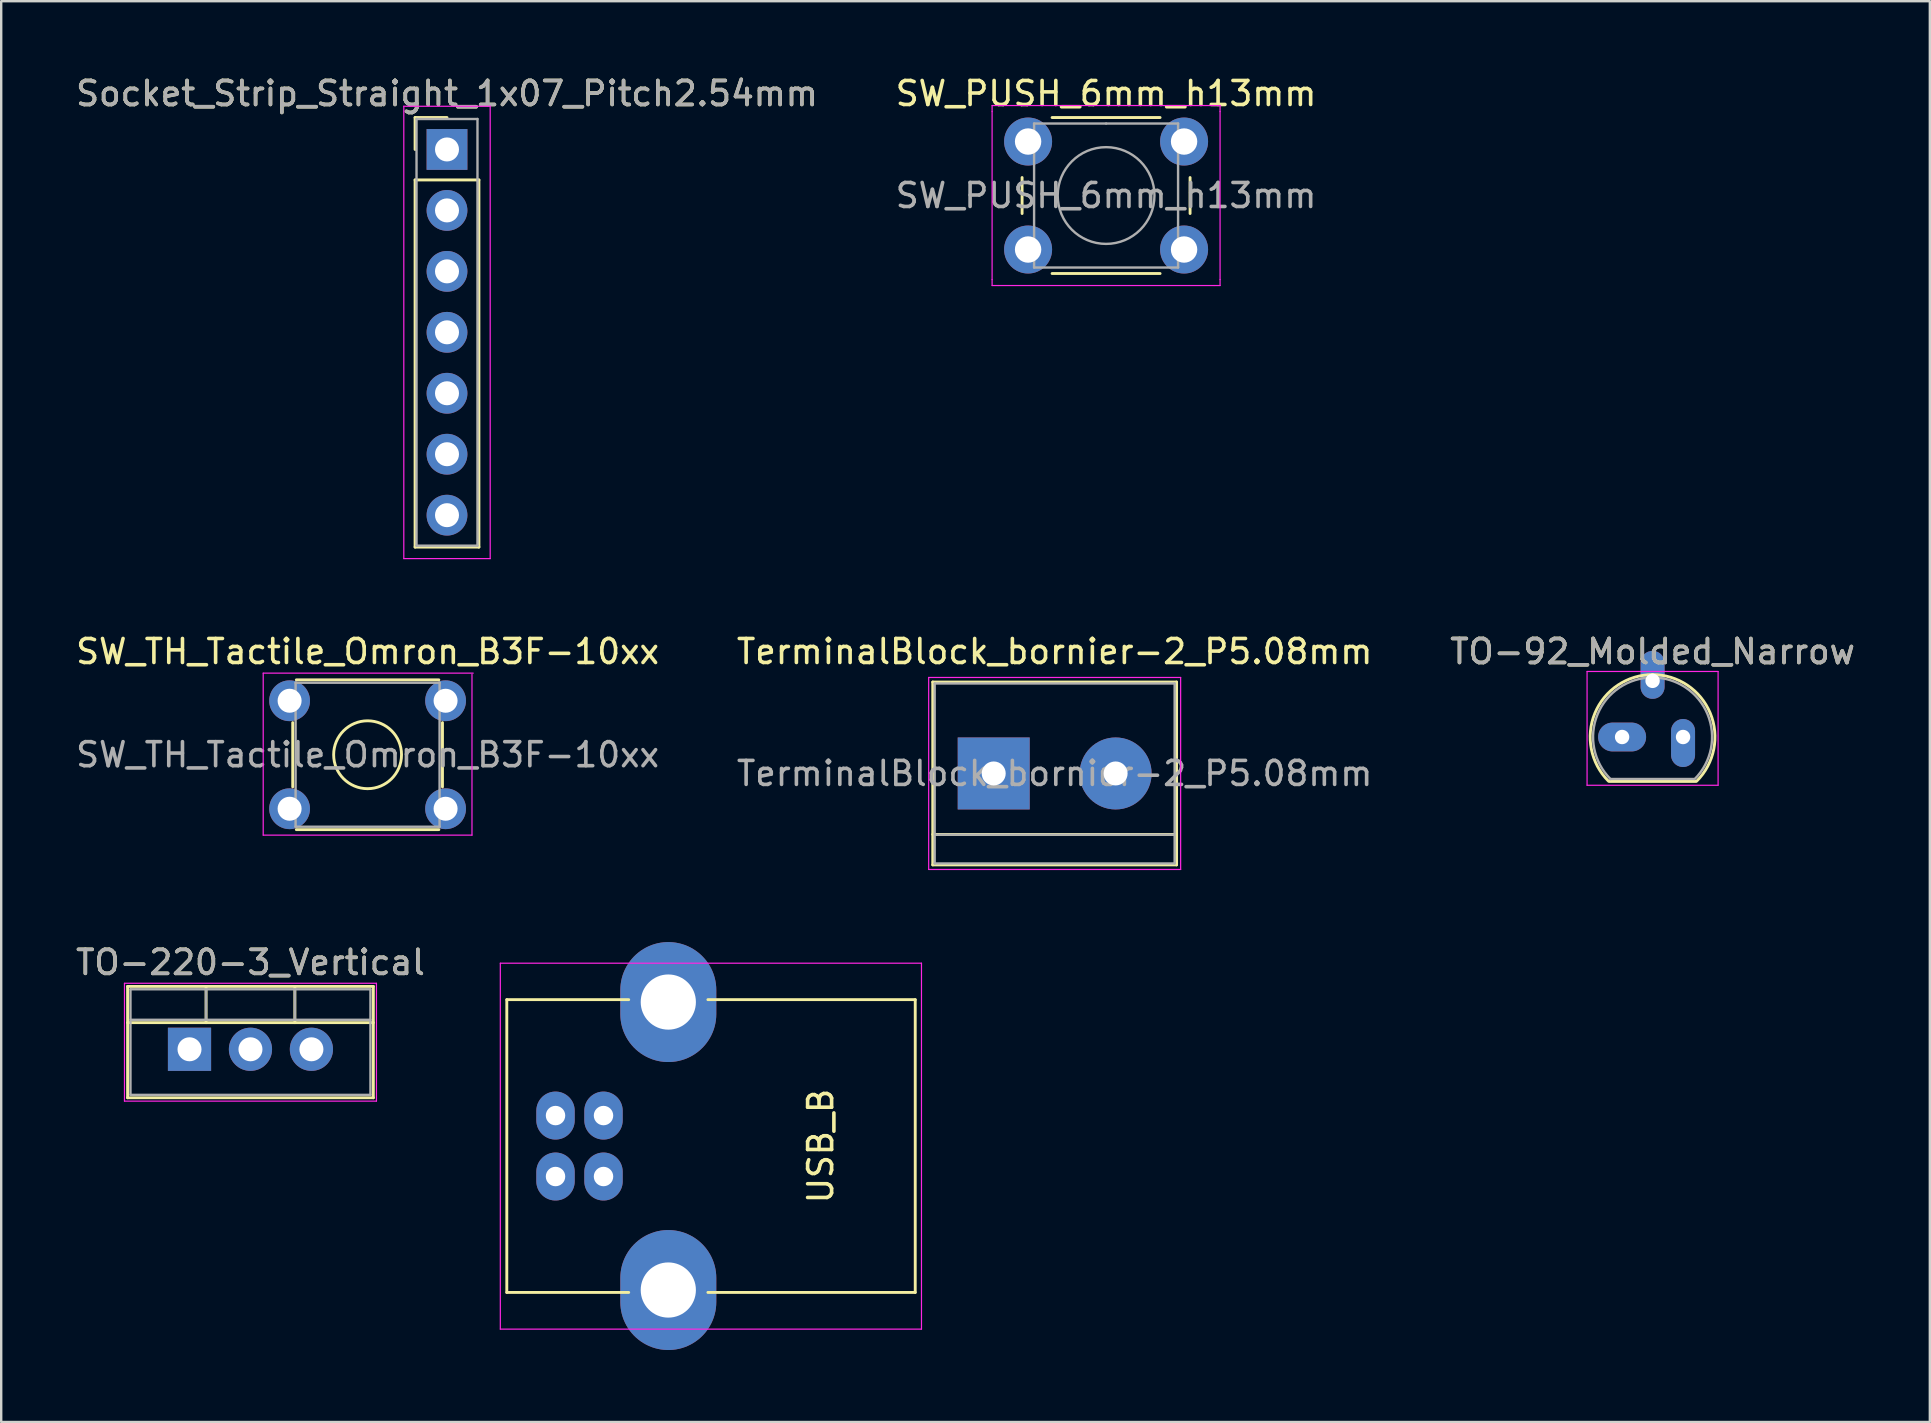
<source format=kicad_pcb>
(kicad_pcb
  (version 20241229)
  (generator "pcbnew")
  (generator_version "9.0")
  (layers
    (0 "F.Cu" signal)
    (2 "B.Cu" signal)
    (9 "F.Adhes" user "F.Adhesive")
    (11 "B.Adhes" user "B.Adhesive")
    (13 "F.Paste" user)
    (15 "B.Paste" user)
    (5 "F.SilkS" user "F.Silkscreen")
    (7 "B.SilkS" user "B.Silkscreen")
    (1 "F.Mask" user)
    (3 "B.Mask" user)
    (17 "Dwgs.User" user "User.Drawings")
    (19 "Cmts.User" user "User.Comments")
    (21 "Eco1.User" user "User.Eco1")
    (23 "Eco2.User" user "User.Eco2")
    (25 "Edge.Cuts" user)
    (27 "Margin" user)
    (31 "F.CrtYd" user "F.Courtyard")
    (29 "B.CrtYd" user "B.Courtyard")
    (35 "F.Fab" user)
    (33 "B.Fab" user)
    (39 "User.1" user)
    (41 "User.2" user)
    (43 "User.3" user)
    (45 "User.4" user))
  (footprint "TerminalBlock_bornier-2_P5.08mm"
    (layer "F.Cu")
    (at 38.359 29.181)
    (property "Reference" "TerminalBlock_bornier-2_P5.08mm" (at 2.54 -5.08 0) (layer "F.SilkS") (effects (font (size 1 1) (thickness 0.15))))
    (attr through_hole)
    (fp_line (start -2.54 -3.81) (end -2.54 3.81) (stroke (width 0.12) (type solid)) (layer "F.SilkS"))
    (fp_line (start -2.54 3.81) (end 7.62 3.81) (stroke (width 0.12) (type solid)) (layer "F.SilkS"))
    (fp_line (start 7.62 -3.81) (end -2.54 -3.81) (stroke (width 0.12) (type solid)) (layer "F.SilkS"))
    (fp_line (start 7.62 2.54) (end -2.54 2.54) (stroke (width 0.12) (type solid)) (layer "F.SilkS"))
    (fp_line (start 7.62 3.81) (end 7.62 -3.81) (stroke (width 0.12) (type solid)) (layer "F.SilkS"))
    (fp_line (start -2.71 -4) (end -2.71 4) (stroke (width 0.05) (type solid)) (layer "F.CrtYd"))
    (fp_line (start -2.71 -4) (end 7.79 -4) (stroke (width 0.05) (type solid)) (layer "F.CrtYd"))
    (fp_line (start 7.79 4) (end -2.71 4) (stroke (width 0.05) (type solid)) (layer "F.CrtYd"))
    (fp_line (start 7.79 4) (end 7.79 -4) (stroke (width 0.05) (type solid)) (layer "F.CrtYd"))
    (fp_line (start -2.46 -3.75) (end -2.46 3.75) (stroke (width 0.1) (type solid)) (layer "F.Fab"))
    (fp_line (start -2.46 3.75) (end 7.54 3.75) (stroke (width 0.1) (type solid)) (layer "F.Fab"))
    (fp_line (start -2.41 2.55) (end 7.49 2.55) (stroke (width 0.1) (type solid)) (layer "F.Fab"))
    (fp_line (start 7.54 -3.75) (end -2.46 -3.75) (stroke (width 0.1) (type solid)) (layer "F.Fab"))
    (fp_line (start 7.54 3.75) (end 7.54 -3.75) (stroke (width 0.1) (type solid)) (layer "F.Fab"))
    (fp_text user "${REFERENCE}" (at 2.54 0 0) (layer "F.Fab") (effects (font (size 1 1) (thickness 0.15))))
    (pad "1" thru_hole rect (at 0 0) (size 3 3) (drill 1) (layers "*.Cu" "*.Mask"))
    (pad "2" thru_hole circle (at 5.08 0) (size 3 3) (drill 1) (layers "*.Cu" "*.Mask")))
  (footprint "SW_PUSH_6mm_h13mm"
    (layer "F.Cu")
    (at 39.792 2.848)
    (property "Reference" "SW_PUSH_6mm_h13mm" (at 3.25 -2 0) (layer "F.SilkS") (effects (font (size 1 1) (thickness 0.15))))
    (attr through_hole)
    (fp_line (start -0.25 1.5) (end -0.25 3) (stroke (width 0.12) (type solid)) (layer "F.SilkS"))
    (fp_line (start 1 5.5) (end 5.5 5.5) (stroke (width 0.12) (type solid)) (layer "F.SilkS"))
    (fp_line (start 5.5 -1) (end 1 -1) (stroke (width 0.12) (type solid)) (layer "F.SilkS"))
    (fp_line (start 6.75 3) (end 6.75 1.5) (stroke (width 0.12) (type solid)) (layer "F.SilkS"))
    (fp_line (start -1.5 -1.5) (end -1.25 -1.5) (stroke (width 0.05) (type solid)) (layer "F.CrtYd"))
    (fp_line (start -1.5 -1.25) (end -1.5 -1.5) (stroke (width 0.05) (type solid)) (layer "F.CrtYd"))
    (fp_line (start -1.5 5.75) (end -1.5 -1.25) (stroke (width 0.05) (type solid)) (layer "F.CrtYd"))
    (fp_line (start -1.5 5.75) (end -1.5 6) (stroke (width 0.05) (type solid)) (layer "F.CrtYd"))
    (fp_line (start -1.5 6) (end -1.25 6) (stroke (width 0.05) (type solid)) (layer "F.CrtYd"))
    (fp_line (start -1.25 -1.5) (end 7.75 -1.5) (stroke (width 0.05) (type solid)) (layer "F.CrtYd"))
    (fp_line (start 7.75 -1.5) (end 8 -1.5) (stroke (width 0.05) (type solid)) (layer "F.CrtYd"))
    (fp_line (start 7.75 6) (end -1.25 6) (stroke (width 0.05) (type solid)) (layer "F.CrtYd"))
    (fp_line (start 7.75 6) (end 8 6) (stroke (width 0.05) (type solid)) (layer "F.CrtYd"))
    (fp_line (start 8 -1.5) (end 8 -1.25) (stroke (width 0.05) (type solid)) (layer "F.CrtYd"))
    (fp_line (start 8 -1.25) (end 8 5.75) (stroke (width 0.05) (type solid)) (layer "F.CrtYd"))
    (fp_line (start 8 6) (end 8 5.75) (stroke (width 0.05) (type solid)) (layer "F.CrtYd"))
    (fp_line (start 0.25 -0.75) (end 3.25 -0.75) (stroke (width 0.1) (type solid)) (layer "F.Fab"))
    (fp_line (start 0.25 5.25) (end 0.25 -0.75) (stroke (width 0.1) (type solid)) (layer "F.Fab"))
    (fp_line (start 3.25 -0.75) (end 6.25 -0.75) (stroke (width 0.1) (type solid)) (layer "F.Fab"))
    (fp_line (start 6.25 -0.75) (end 6.25 5.25) (stroke (width 0.1) (type solid)) (layer "F.Fab"))
    (fp_line (start 6.25 5.25) (end 0.25 5.25) (stroke (width 0.1) (type solid)) (layer "F.Fab"))
    (fp_circle (center 3.25 2.25) (end 1.25 2.5) (stroke (width 0.1) (type solid)) (fill no) (layer "F.Fab"))
    (fp_text user "${REFERENCE}" (at 3.25 2.25 0) (layer "F.Fab") (effects (font (size 1 1) (thickness 0.15))))
    (pad "1" thru_hole circle (at 0 0 90) (size 2 2) (drill 1.1) (layers "*.Cu" "*.Mask"))
    (pad "1" thru_hole circle (at 6.5 0 90) (size 2 2) (drill 1.1) (layers "*.Cu" "*.Mask"))
    (pad "2" thru_hole circle (at 0 4.5 90) (size 2 2) (drill 1.1) (layers "*.Cu" "*.Mask"))
    (pad "2" thru_hole circle (at 6.5 4.5 90) (size 2 2) (drill 1.1) (layers "*.Cu" "*.Mask")))
  (footprint "TO-220-3_Vertical"
    (layer "F.Cu")
    (at 4.847 40.675)
    (property "Reference" "TO-220-3_Vertical" (at 2.54 -3.62 0) (layer "F.SilkS") (effects (font (size 1 1) (thickness 0.15))))
    (attr through_hole)
    (fp_line (start -2.58 -2.62) (end -2.58 2.021) (stroke (width 0.12) (type solid)) (layer "F.SilkS"))
    (fp_line (start -2.58 -2.62) (end 7.66 -2.62) (stroke (width 0.12) (type solid)) (layer "F.SilkS"))
    (fp_line (start -2.58 -1.11) (end 7.66 -1.11) (stroke (width 0.12) (type solid)) (layer "F.SilkS"))
    (fp_line (start -2.58 2.021) (end 7.66 2.021) (stroke (width 0.12) (type solid)) (layer "F.SilkS"))
    (fp_line (start 0.69 -2.62) (end 0.69 -1.11) (stroke (width 0.12) (type solid)) (layer "F.SilkS"))
    (fp_line (start 4.391 -2.62) (end 4.391 -1.11) (stroke (width 0.12) (type solid)) (layer "F.SilkS"))
    (fp_line (start 7.66 -2.62) (end 7.66 2.021) (stroke (width 0.12) (type solid)) (layer "F.SilkS"))
    (fp_line (start -2.71 -2.75) (end -2.71 2.16) (stroke (width 0.05) (type solid)) (layer "F.CrtYd"))
    (fp_line (start -2.71 2.16) (end 7.79 2.16) (stroke (width 0.05) (type solid)) (layer "F.CrtYd"))
    (fp_line (start 7.79 -2.75) (end -2.71 -2.75) (stroke (width 0.05) (type solid)) (layer "F.CrtYd"))
    (fp_line (start 7.79 2.16) (end 7.79 -2.75) (stroke (width 0.05) (type solid)) (layer "F.CrtYd"))
    (fp_line (start -2.46 -2.5) (end -2.46 1.9) (stroke (width 0.1) (type solid)) (layer "F.Fab"))
    (fp_line (start -2.46 -1.23) (end 7.54 -1.23) (stroke (width 0.1) (type solid)) (layer "F.Fab"))
    (fp_line (start -2.46 1.9) (end 7.54 1.9) (stroke (width 0.1) (type solid)) (layer "F.Fab"))
    (fp_line (start 0.69 -2.5) (end 0.69 -1.23) (stroke (width 0.1) (type solid)) (layer "F.Fab"))
    (fp_line (start 4.39 -2.5) (end 4.39 -1.23) (stroke (width 0.1) (type solid)) (layer "F.Fab"))
    (fp_line (start 7.54 -2.5) (end -2.46 -2.5) (stroke (width 0.1) (type solid)) (layer "F.Fab"))
    (fp_line (start 7.54 1.9) (end 7.54 -2.5) (stroke (width 0.1) (type solid)) (layer "F.Fab"))
    (fp_text user "${REFERENCE}" (at 2.54 -3.62 0) (layer "F.Fab") (effects (font (size 1 1) (thickness 0.15))))
    (pad "1" thru_hole rect (at 0 0) (size 1.8 1.8) (drill 1) (layers "*.Cu" "*.Mask"))
    (pad "2" thru_hole oval (at 2.54 0) (size 1.8 1.8) (drill 1) (layers "*.Cu" "*.Mask"))
    (pad "3" thru_hole oval (at 5.08 0) (size 1.8 1.8) (drill 1) (layers "*.Cu" "*.Mask")))
  (footprint "SW_TH_Tactile_Omron_B3F-10xx"
    (layer "F.Cu")
    (at 9.018 26.151)
    (property "Reference" "SW_TH_Tactile_Omron_B3F-10xx" (at 3.25 -2.05 0) (layer "F.SilkS") (effects (font (size 1 1) (thickness 0.15))))
    (attr through_hole)
    (fp_line (start 0.13 3.59) (end 0.13 0.91) (stroke (width 0.12) (type solid)) (layer "F.SilkS"))
    (fp_line (start 0.28 -0.87) (end 6.22 -0.87) (stroke (width 0.12) (type solid)) (layer "F.SilkS"))
    (fp_line (start 0.28 5.37) (end 6.22 5.37) (stroke (width 0.12) (type solid)) (layer "F.SilkS"))
    (fp_line (start 6.37 0.91) (end 6.37 3.59) (stroke (width 0.12) (type solid)) (layer "F.SilkS"))
    (fp_circle (center 3.25 2.25) (end 4.25 3.25) (stroke (width 0.12) (type solid)) (fill no) (layer "F.SilkS"))
    (fp_line (start -1.1 -1.15) (end -1.1 5.6) (stroke (width 0.05) (type solid)) (layer "F.CrtYd"))
    (fp_line (start -1.1 5.6) (end 7.6 5.6) (stroke (width 0.05) (type solid)) (layer "F.CrtYd"))
    (fp_line (start 7.6 5.6) (end 7.6 -1.1) (stroke (width 0.05) (type solid)) (layer "F.CrtYd"))
    (fp_line (start 7.65 -1.15) (end -1.1 -1.15) (stroke (width 0.05) (type solid)) (layer "F.CrtYd"))
    (fp_line (start 0.25 -0.75) (end 0.25 5.25) (stroke (width 0.1) (type solid)) (layer "F.Fab"))
    (fp_line (start 0.25 -0.75) (end 6.25 -0.75) (stroke (width 0.1) (type solid)) (layer "F.Fab"))
    (fp_line (start 0.25 5.25) (end 6.25 5.25) (stroke (width 0.1) (type solid)) (layer "F.Fab"))
    (fp_line (start 6.25 -0.75) (end 6.25 5.25) (stroke (width 0.1) (type solid)) (layer "F.Fab"))
    (fp_text user "${REFERENCE}" (at 3.25 2.25 0) (layer "F.Fab") (effects (font (size 1 1) (thickness 0.15))))
    (pad "1" thru_hole circle (at 0 0) (size 1.7 1.7) (drill 1) (layers "*.Cu" "*.Mask"))
    (pad "2" thru_hole circle (at 6.5 0) (size 1.7 1.7) (drill 1) (layers "*.Cu" "*.Mask"))
    (pad "3" thru_hole circle (at 0 4.5) (size 1.7 1.7) (drill 1) (layers "*.Cu" "*.Mask"))
    (pad "4" thru_hole circle (at 6.5 4.5) (size 1.7 1.7) (drill 1) (layers "*.Cu" "*.Mask")))
  (footprint "TO-92_Molded_Narrow"
    (layer "F.Cu")
    (at 64.545 27.662)
    (property "Reference" "TO-92_Molded_Narrow" (at 1.27 -3.56 0) (layer "F.SilkS") (effects (font (size 1 1) (thickness 0.15))))
    (attr through_hole)
    (fp_line (start -0.53 1.85) (end 3.07 1.85) (stroke (width 0.12) (type solid)) (layer "F.SilkS"))
    (fp_arc (start -0.568478 1.838478) (mid -1.132087 -0.994977) (end 1.27 -2.6) (stroke (width 0.12) (type solid)) (layer "F.SilkS"))
    (fp_arc (start 1.27 -2.6) (mid 3.672087 -0.994977) (end 3.108478 1.838478) (stroke (width 0.12) (type solid)) (layer "F.SilkS"))
    (fp_line (start -1.46 -2.73) (end -1.46 2.01) (stroke (width 0.05) (type solid)) (layer "F.CrtYd"))
    (fp_line (start -1.46 -2.73) (end 4 -2.73) (stroke (width 0.05) (type solid)) (layer "F.CrtYd"))
    (fp_line (start 4 2.01) (end -1.46 2.01) (stroke (width 0.05) (type solid)) (layer "F.CrtYd"))
    (fp_line (start 4 2.01) (end 4 -2.73) (stroke (width 0.05) (type solid)) (layer "F.CrtYd"))
    (fp_line (start -0.5 1.75) (end 3 1.75) (stroke (width 0.1) (type solid)) (layer "F.Fab"))
    (fp_arc (start -0.483625 1.753625) (mid -1.021221 -0.949055) (end 1.27 -2.48) (stroke (width 0.1) (type solid)) (layer "F.Fab"))
    (fp_arc (start 1.27 -2.48) (mid 3.561221 -0.949055) (end 3.023625 1.753625) (stroke (width 0.1) (type solid)) (layer "F.Fab"))
    (fp_text user "${REFERENCE}" (at 1.27 -3.56 0) (layer "F.Fab") (effects (font (size 1 1) (thickness 0.15))))
    (pad "1" thru_hole oval (at 0 0 90) (size 1.2 2) (drill 0.6) (layers "*.Cu" "*.Mask"))
    (pad "2" thru_hole oval (at 1.27 -2.34 90) (size 2 1) (drill 0.6 (offset 0.25 0)) (layers "*.Cu" "*.Mask"))
    (pad "3" thru_hole oval (at 2.54 0 90) (size 2 1) (drill 0.6 (offset -0.25 0)) (layers "*.Cu" "*.Mask")))
  (footprint "Socket_Strip_Straight_1x07_Pitch2.54mm"
    (layer "F.Cu")
    (at 15.577 3.178)
    (property "Reference" "Socket_Strip_Straight_1x07_Pitch2.54mm" (at 0 -2.33 0) (layer "F.SilkS") (effects (font (size 1 1) (thickness 0.15))))
    (attr through_hole)
    (fp_line (start -1.33 -1.33) (end 0 -1.33) (stroke (width 0.12) (type solid)) (layer "F.SilkS"))
    (fp_line (start -1.33 0) (end -1.33 -1.33) (stroke (width 0.12) (type solid)) (layer "F.SilkS"))
    (fp_line (start -1.33 1.27) (end -1.33 16.57) (stroke (width 0.12) (type solid)) (layer "F.SilkS"))
    (fp_line (start -1.33 16.57) (end 1.33 16.57) (stroke (width 0.12) (type solid)) (layer "F.SilkS"))
    (fp_line (start 1.33 1.27) (end -1.33 1.27) (stroke (width 0.12) (type solid)) (layer "F.SilkS"))
    (fp_line (start 1.33 16.57) (end 1.33 1.27) (stroke (width 0.12) (type solid)) (layer "F.SilkS"))
    (fp_line (start -1.8 -1.8) (end -1.8 17.05) (stroke (width 0.05) (type solid)) (layer "F.CrtYd"))
    (fp_line (start -1.8 17.05) (end 1.8 17.05) (stroke (width 0.05) (type solid)) (layer "F.CrtYd"))
    (fp_line (start 1.8 -1.8) (end -1.8 -1.8) (stroke (width 0.05) (type solid)) (layer "F.CrtYd"))
    (fp_line (start 1.8 17.05) (end 1.8 -1.8) (stroke (width 0.05) (type solid)) (layer "F.CrtYd"))
    (fp_line (start -1.27 -1.27) (end -1.27 16.51) (stroke (width 0.1) (type solid)) (layer "F.Fab"))
    (fp_line (start -1.27 16.51) (end 1.27 16.51) (stroke (width 0.1) (type solid)) (layer "F.Fab"))
    (fp_line (start 1.27 -1.27) (end -1.27 -1.27) (stroke (width 0.1) (type solid)) (layer "F.Fab"))
    (fp_line (start 1.27 16.51) (end 1.27 -1.27) (stroke (width 0.1) (type solid)) (layer "F.Fab"))
    (fp_text user "${REFERENCE}" (at 0 -2.33 0) (layer "F.Fab") (effects (font (size 1 1) (thickness 0.15))))
    (pad "1" thru_hole rect (at 0 0) (size 1.7 1.7) (drill 1) (layers "*.Cu" "*.Mask"))
    (pad "2" thru_hole oval (at 0 2.54) (size 1.7 1.7) (drill 1) (layers "*.Cu" "*.Mask"))
    (pad "3" thru_hole oval (at 0 5.08) (size 1.7 1.7) (drill 1) (layers "*.Cu" "*.Mask"))
    (pad "4" thru_hole oval (at 0 7.62) (size 1.7 1.7) (drill 1) (layers "*.Cu" "*.Mask"))
    (pad "5" thru_hole oval (at 0 10.16) (size 1.7 1.7) (drill 1) (layers "*.Cu" "*.Mask"))
    (pad "6" thru_hole oval (at 0 12.7) (size 1.7 1.7) (drill 1) (layers "*.Cu" "*.Mask"))
    (pad "7" thru_hole oval (at 0 15.24) (size 1.7 1.7) (drill 1) (layers "*.Cu" "*.Mask")))
  (footprint "USB_B"
    (layer "F.Cu")
    (at 20.099 43.437)
    (property "Reference" "USB_B" (at 11.05 1.27 90) (layer "F.SilkS") (effects (font (size 1 1) (thickness 0.15))))
    (attr through_hole)
    (fp_line (start -2.03 -4.83) (end 3.05 -4.83) (stroke (width 0.12) (type solid)) (layer "F.SilkS"))
    (fp_line (start -2.03 7.37) (end -2.03 -4.83) (stroke (width 0.12) (type solid)) (layer "F.SilkS"))
    (fp_line (start -2.03 7.37) (end 3.05 7.37) (stroke (width 0.12) (type solid)) (layer "F.SilkS"))
    (fp_line (start 6.35 -4.83) (end 14.99 -4.83) (stroke (width 0.12) (type solid)) (layer "F.SilkS"))
    (fp_line (start 6.35 7.37) (end 14.99 7.37) (stroke (width 0.12) (type solid)) (layer "F.SilkS"))
    (fp_line (start 14.99 -4.83) (end 14.99 7.37) (stroke (width 0.12) (type solid)) (layer "F.SilkS"))
    (fp_line (start -2.3 -6.35) (end 15.25 -6.35) (stroke (width 0.05) (type solid)) (layer "F.CrtYd"))
    (fp_line (start -2.3 8.9) (end -2.3 -6.35) (stroke (width 0.05) (type solid)) (layer "F.CrtYd"))
    (fp_line (start 15.25 -6.35) (end 15.25 8.9) (stroke (width 0.05) (type solid)) (layer "F.CrtYd"))
    (fp_line (start 15.25 8.9) (end -2.3 8.9) (stroke (width 0.05) (type solid)) (layer "F.CrtYd"))
    (pad "1" thru_hole oval (at 0 0 270) (size 2 1.6) (drill 0.81) (layers "*.Cu" "*.Mask"))
    (pad "2" thru_hole oval (at 0 2.54 270) (size 2 1.6) (drill 0.81) (layers "*.Cu" "*.Mask"))
    (pad "3" thru_hole oval (at 2 2.54 270) (size 2 1.6) (drill 0.81) (layers "*.Cu" "*.Mask"))
    (pad "4" thru_hole oval (at 2 0 270) (size 2 1.6) (drill 0.81) (layers "*.Cu" "*.Mask"))
    (pad "5" thru_hole oval (at 4.7 -4.73 270) (size 5 4) (drill 2.3) (layers "*.Cu" "*.Mask"))
    (pad "5" thru_hole oval (at 4.7 7.27 270) (size 5 4) (drill 2.3) (layers "*.Cu" "*.Mask")))
  (gr_rect
    (start -3 -3)
    (end 77.369 56.206)
    (stroke (width 0.1) (type default))
    (fill no)
    (layer "Edge.Cuts")))
</source>
